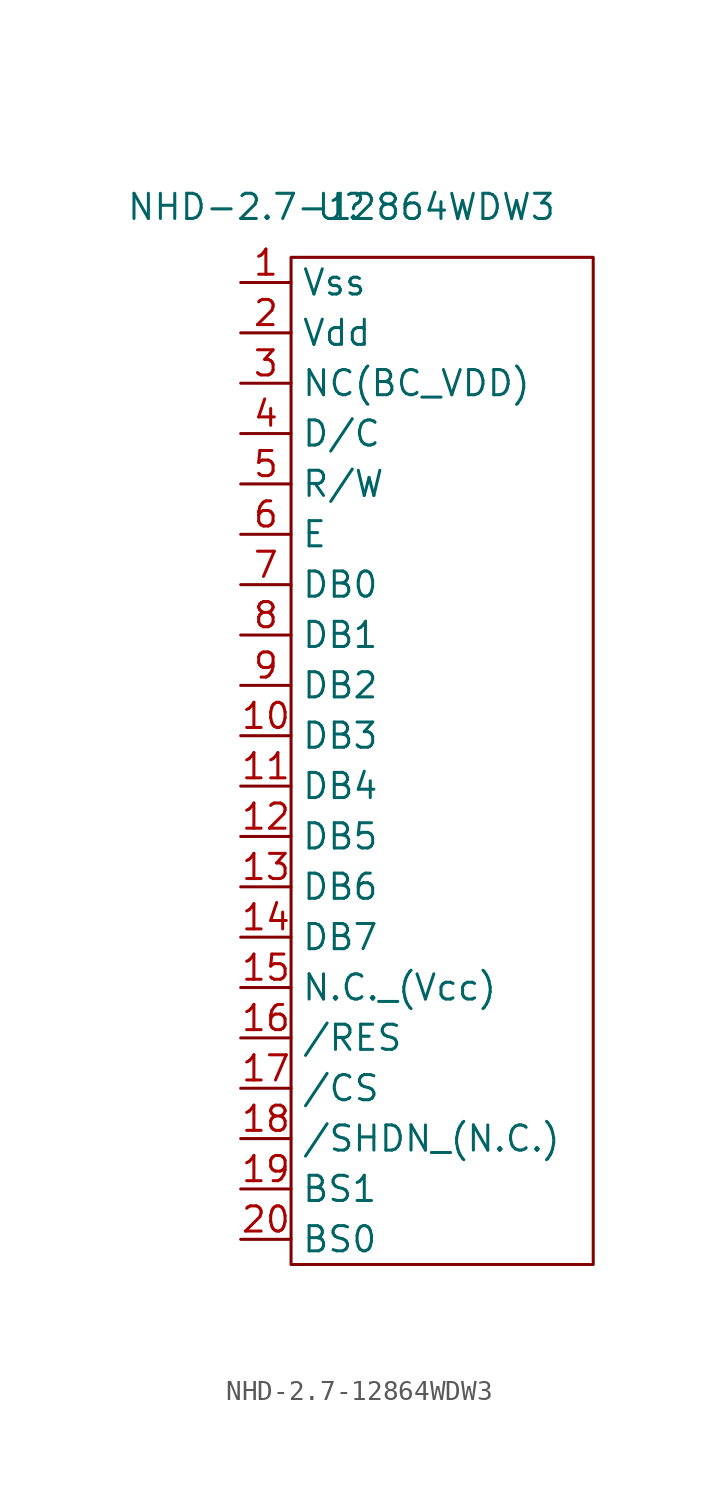
<source format=kicad_sym>
(kicad_symbol_lib
  (version 20211014)
  (generator kicad_symbol_editor)
  (symbol "NHD-2.7-12864WDW3"
    (property "Reference" "U"
      (at 0 0 0)
      (effects (font (size 1.27 1.27))))
    (property "Value" "NHD-2.7-12864WDW3"
      (at 0 0 0)
      (effects (font (size 1.27 1.27))))
    (symbol "NHD-2.7-12864WDW3_0_1"
      (rectangle (start -2.54 -2.54) (end 12.7 -53.34) (stroke (width 0) (type default) (color 0 0 0 0)) (fill (type none))))
    (symbol "NHD-2.7-12864WDW3_1_1"
      (pin input line (at -5.08 -3.81 0) (length 2.54) (name "Vss" (effects (font (size 1.27 1.27)))) (number "1" (effects (font (size 1.27 1.27)))))
      (pin input line (at -5.08 -26.67 0) (length 2.54) (name "DB3" (effects (font (size 1.27 1.27)))) (number "10" (effects (font (size 1.27 1.27)))))
      (pin input line (at -5.08 -29.21 0) (length 2.54) (name "DB4" (effects (font (size 1.27 1.27)))) (number "11" (effects (font (size 1.27 1.27)))))
      (pin input line (at -5.08 -31.75 0) (length 2.54) (name "DB5" (effects (font (size 1.27 1.27)))) (number "12" (effects (font (size 1.27 1.27)))))
      (pin input line (at -5.08 -34.29 0) (length 2.54) (name "DB6" (effects (font (size 1.27 1.27)))) (number "13" (effects (font (size 1.27 1.27)))))
      (pin input line (at -5.08 -36.83 0) (length 2.54) (name "DB7" (effects (font (size 1.27 1.27)))) (number "14" (effects (font (size 1.27 1.27)))))
      (pin input line (at -5.08 -39.37 0) (length 2.54) (name "N.C._(Vcc)" (effects (font (size 1.27 1.27)))) (number "15" (effects (font (size 1.27 1.27)))))
      (pin input line (at -5.08 -41.91 0) (length 2.54) (name "/RES" (effects (font (size 1.27 1.27)))) (number "16" (effects (font (size 1.27 1.27)))))
      (pin input line (at -5.08 -44.45 0) (length 2.54) (name "/CS" (effects (font (size 1.27 1.27)))) (number "17" (effects (font (size 1.27 1.27)))))
      (pin input line (at -5.08 -46.99 0) (length 2.54) (name "/SHDN_(N.C.)" (effects (font (size 1.27 1.27)))) (number "18" (effects (font (size 1.27 1.27)))))
      (pin input line (at -5.08 -49.53 0) (length 2.54) (name "BS1" (effects (font (size 1.27 1.27)))) (number "19" (effects (font (size 1.27 1.27)))))
      (pin passive line (at -5.08 -6.35 0) (length 2.54) (name "Vdd" (effects (font (size 1.27 1.27)))) (number "2" (effects (font (size 1.27 1.27)))))
      (pin input line (at -5.08 -52.07 0) (length 2.54) (name "BS0" (effects (font (size 1.27 1.27)))) (number "20" (effects (font (size 1.27 1.27)))))
      (pin passive line (at -5.08 -8.89 0) (length 2.54) (name "NC(BC_VDD)" (effects (font (size 1.27 1.27)))) (number "3" (effects (font (size 1.27 1.27)))))
      (pin passive line (at -5.08 -11.43 0) (length 2.54) (name "D/C" (effects (font (size 1.27 1.27)))) (number "4" (effects (font (size 1.27 1.27)))))
      (pin input line (at -5.08 -13.97 0) (length 2.54) (name "R/W" (effects (font (size 1.27 1.27)))) (number "5" (effects (font (size 1.27 1.27)))))
      (pin input line (at -5.08 -16.51 0) (length 2.54) (name "E" (effects (font (size 1.27 1.27)))) (number "6" (effects (font (size 1.27 1.27)))))
      (pin input line (at -5.08 -19.05 0) (length 2.54) (name "DB0" (effects (font (size 1.27 1.27)))) (number "7" (effects (font (size 1.27 1.27)))))
      (pin input line (at -5.08 -21.59 0) (length 2.54) (name "DB1" (effects (font (size 1.27 1.27)))) (number "8" (effects (font (size 1.27 1.27)))))
      (pin input line (at -5.08 -24.13 0) (length 2.54) (name "DB2" (effects (font (size 1.27 1.27)))) (number "9" (effects (font (size 1.27 1.27))))))))
</source>
